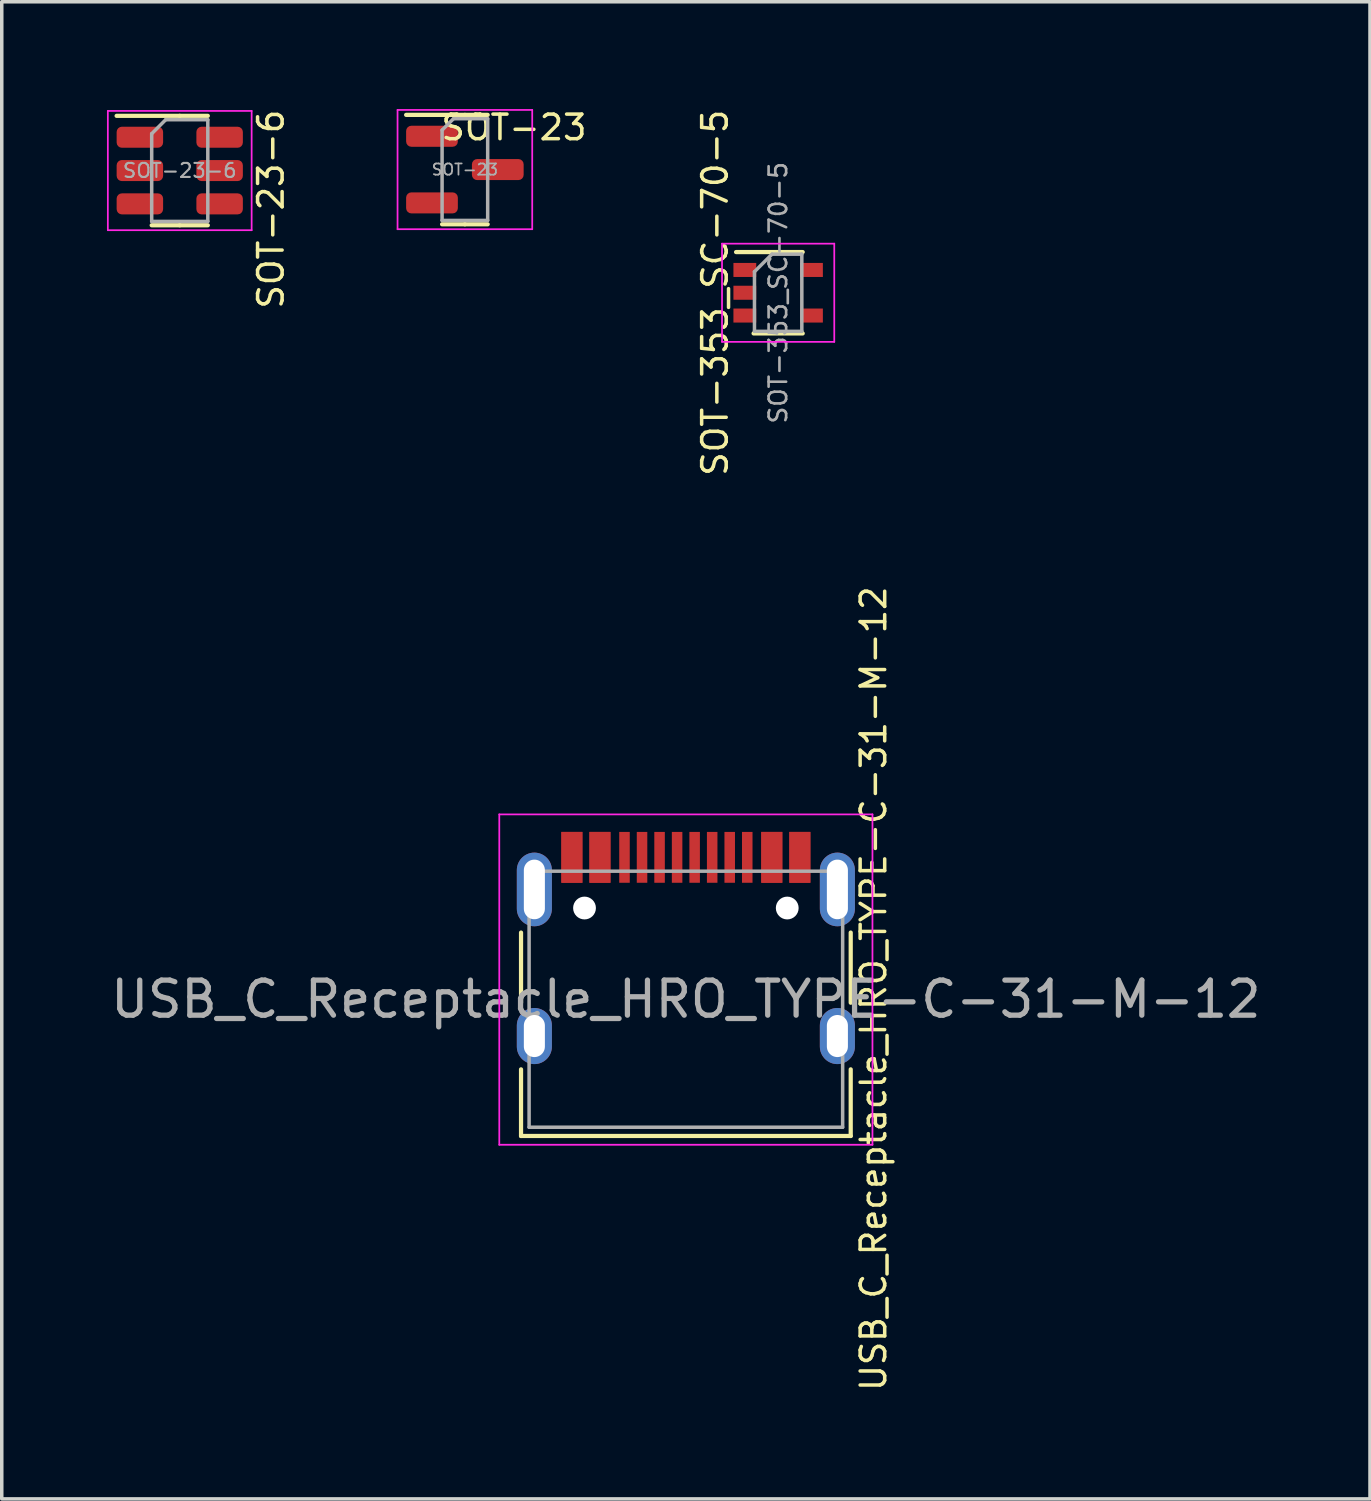
<source format=kicad_pcb>
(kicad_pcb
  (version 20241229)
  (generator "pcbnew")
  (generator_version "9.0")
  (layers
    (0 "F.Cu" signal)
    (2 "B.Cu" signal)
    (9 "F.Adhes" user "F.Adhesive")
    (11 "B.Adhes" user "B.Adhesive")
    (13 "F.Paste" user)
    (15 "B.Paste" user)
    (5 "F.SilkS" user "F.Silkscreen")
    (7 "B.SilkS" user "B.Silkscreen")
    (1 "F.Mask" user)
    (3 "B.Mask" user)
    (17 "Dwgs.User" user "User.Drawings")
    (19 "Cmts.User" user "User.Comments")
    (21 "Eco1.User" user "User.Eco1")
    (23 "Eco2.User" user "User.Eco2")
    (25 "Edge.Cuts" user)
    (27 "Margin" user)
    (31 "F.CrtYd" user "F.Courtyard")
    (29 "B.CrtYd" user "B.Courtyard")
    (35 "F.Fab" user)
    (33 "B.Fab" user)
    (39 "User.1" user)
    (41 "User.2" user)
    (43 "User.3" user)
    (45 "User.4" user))
  (footprint "SOT-23-6"
    (layer "F.Cu")
    (at 2.075 1.813)
    (property "Reference" "SOT-23-6" (at 2.6 1.1 90) (unlocked yes) (layer "F.SilkS") (effects (font (size 0.7 0.7) (thickness 0.1))))
    (attr smd)
    (fp_line (start 0 -1.56) (end -1.8 -1.56) (stroke (width 0.12) (type solid)) (layer "F.SilkS"))
    (fp_line (start 0 -1.56) (end 0.8 -1.56) (stroke (width 0.12) (type solid)) (layer "F.SilkS"))
    (fp_line (start 0 1.56) (end -0.8 1.56) (stroke (width 0.12) (type solid)) (layer "F.SilkS"))
    (fp_line (start 0 1.56) (end 0.8 1.56) (stroke (width 0.12) (type solid)) (layer "F.SilkS"))
    (fp_line (start -2.05 -1.7) (end -2.05 1.7) (stroke (width 0.05) (type solid)) (layer "F.CrtYd"))
    (fp_line (start -2.05 1.7) (end 2.05 1.7) (stroke (width 0.05) (type solid)) (layer "F.CrtYd"))
    (fp_line (start 2.05 -1.7) (end -2.05 -1.7) (stroke (width 0.05) (type solid)) (layer "F.CrtYd"))
    (fp_line (start 2.05 1.7) (end 2.05 -1.7) (stroke (width 0.05) (type solid)) (layer "F.CrtYd"))
    (fp_line (start -0.8 -1.05) (end -0.4 -1.45) (stroke (width 0.1) (type solid)) (layer "F.Fab"))
    (fp_line (start -0.8 1.45) (end -0.8 -1.05) (stroke (width 0.1) (type solid)) (layer "F.Fab"))
    (fp_line (start -0.4 -1.45) (end 0.8 -1.45) (stroke (width 0.1) (type solid)) (layer "F.Fab"))
    (fp_line (start 0.8 -1.45) (end 0.8 1.45) (stroke (width 0.1) (type solid)) (layer "F.Fab"))
    (fp_line (start 0.8 1.45) (end -0.8 1.45) (stroke (width 0.1) (type solid)) (layer "F.Fab"))
    (fp_text user "${REFERENCE}" (at 0 0 0) (layer "F.Fab") (effects (font (size 0.4 0.4) (thickness 0.06))))
    (pad "1" smd roundrect (at -1.137 -0.95) (size 1.325 0.6) (layers "F.Cu" "F.Mask" "F.Paste") (roundrect_rratio 0.25))
    (pad "2" smd roundrect (at -1.137 0) (size 1.325 0.6) (layers "F.Cu" "F.Mask" "F.Paste") (roundrect_rratio 0.25))
    (pad "3" smd roundrect (at -1.137 0.95) (size 1.325 0.6) (layers "F.Cu" "F.Mask" "F.Paste") (roundrect_rratio 0.25))
    (pad "4" smd roundrect (at 1.137 0.95) (size 1.325 0.6) (layers "F.Cu" "F.Mask" "F.Paste") (roundrect_rratio 0.25))
    (pad "5" smd roundrect (at 1.137 0) (size 1.325 0.6) (layers "F.Cu" "F.Mask" "F.Paste") (roundrect_rratio 0.25))
    (pad "6" smd roundrect (at 1.137 -0.95) (size 1.325 0.6) (layers "F.Cu" "F.Mask" "F.Paste") (roundrect_rratio 0.25)))
  (footprint "USB_C_Receptacle_HRO_TYPE-C-31-M-12"
    (layer "F.Cu")
    (at 16.506 25.44)
    (property "Reference" "USB_C_Receptacle_HRO_TYPE-C-31-M-12" (at 5.35 -0.3 90) (unlocked yes) (layer "F.SilkS") (effects (font (size 0.7 0.7) (thickness 0.1))))
    (attr smd)
    (fp_line (start -4.7 -1.9) (end -4.7 0.1) (stroke (width 0.12) (type solid)) (layer "F.SilkS"))
    (fp_line (start -4.7 2) (end -4.7 3.9) (stroke (width 0.12) (type solid)) (layer "F.SilkS"))
    (fp_line (start -4.7 3.9) (end 4.7 3.9) (stroke (width 0.12) (type solid)) (layer "F.SilkS"))
    (fp_line (start 4.7 -1.9) (end 4.7 0.1) (stroke (width 0.12) (type solid)) (layer "F.SilkS"))
    (fp_line (start 4.7 2) (end 4.7 3.9) (stroke (width 0.12) (type solid)) (layer "F.SilkS"))
    (fp_line (start -5.32 -5.27) (end -5.32 4.15) (stroke (width 0.05) (type solid)) (layer "F.CrtYd"))
    (fp_line (start -5.32 -5.27) (end 5.32 -5.27) (stroke (width 0.05) (type solid)) (layer "F.CrtYd"))
    (fp_line (start -5.32 4.15) (end 5.32 4.15) (stroke (width 0.05) (type solid)) (layer "F.CrtYd"))
    (fp_line (start 5.32 -5.27) (end 5.32 4.15) (stroke (width 0.05) (type solid)) (layer "F.CrtYd"))
    (fp_line (start -4.47 -3.65) (end -4.47 3.65) (stroke (width 0.1) (type solid)) (layer "F.Fab"))
    (fp_line (start -4.47 -3.65) (end 4.47 -3.65) (stroke (width 0.1) (type solid)) (layer "F.Fab"))
    (fp_line (start -4.47 3.65) (end 4.47 3.65) (stroke (width 0.1) (type solid)) (layer "F.Fab"))
    (fp_line (start 4.47 -3.65) (end 4.47 3.65) (stroke (width 0.1) (type solid)) (layer "F.Fab"))
    (fp_text user "${REFERENCE}" (at 0 0 0) (layer "F.Fab") (effects (font (size 1 1) (thickness 0.15))))
    (pad "" np_thru_hole circle (at -2.89 -2.6) (size 0.65 0.65) (drill 0.65) (layers "*.Cu" "*.Mask"))
    (pad "" np_thru_hole circle (at 2.89 -2.6) (size 0.65 0.65) (drill 0.65) (layers "*.Cu" "*.Mask"))
    (pad "A1" smd rect (at -3.25 -4.045) (size 0.6 1.45) (layers "F.Cu" "F.Mask" "F.Paste"))
    (pad "A4" smd rect (at -2.45 -4.045) (size 0.6 1.45) (layers "F.Cu" "F.Mask" "F.Paste"))
    (pad "A5" smd rect (at -1.25 -4.045) (size 0.3 1.45) (layers "F.Cu" "F.Mask" "F.Paste"))
    (pad "A6" smd rect (at -0.25 -4.045) (size 0.3 1.45) (layers "F.Cu" "F.Mask" "F.Paste"))
    (pad "A7" smd rect (at 0.25 -4.045) (size 0.3 1.45) (layers "F.Cu" "F.Mask" "F.Paste"))
    (pad "A8" smd rect (at 1.25 -4.045) (size 0.3 1.45) (layers "F.Cu" "F.Mask" "F.Paste"))
    (pad "A9" smd rect (at 2.45 -4.045) (size 0.6 1.45) (layers "F.Cu" "F.Mask" "F.Paste"))
    (pad "A12" smd rect (at 3.25 -4.045) (size 0.6 1.45) (layers "F.Cu" "F.Mask" "F.Paste"))
    (pad "B1" smd rect (at 3.25 -4.045) (size 0.6 1.45) (layers "F.Cu" "F.Mask" "F.Paste"))
    (pad "B4" smd rect (at 2.45 -4.045) (size 0.6 1.45) (layers "F.Cu" "F.Mask" "F.Paste"))
    (pad "B5" smd rect (at 1.75 -4.045) (size 0.3 1.45) (layers "F.Cu" "F.Mask" "F.Paste"))
    (pad "B6" smd rect (at 0.75 -4.045) (size 0.3 1.45) (layers "F.Cu" "F.Mask" "F.Paste"))
    (pad "B7" smd rect (at -0.75 -4.045) (size 0.3 1.45) (layers "F.Cu" "F.Mask" "F.Paste"))
    (pad "B8" smd rect (at -1.75 -4.045) (size 0.3 1.45) (layers "F.Cu" "F.Mask" "F.Paste"))
    (pad "B9" smd rect (at -2.45 -4.045) (size 0.6 1.45) (layers "F.Cu" "F.Mask" "F.Paste"))
    (pad "B12" smd rect (at -3.25 -4.045) (size 0.6 1.45) (layers "F.Cu" "F.Mask" "F.Paste"))
    (pad "S1" thru_hole oval (at -4.32 -3.13) (size 1 2.1) (drill oval 0.6 1.7) (layers "*.Cu" "*.Mask"))
    (pad "S1" thru_hole oval (at -4.32 1.05) (size 1 1.6) (drill oval 0.6 1.2) (layers "*.Cu" "*.Mask"))
    (pad "S1" thru_hole oval (at 4.32 -3.13) (size 1 2.1) (drill oval 0.6 1.7) (layers "*.Cu" "*.Mask"))
    (pad "S1" thru_hole oval (at 4.32 1.05) (size 1 1.6) (drill oval 0.6 1.2) (layers "*.Cu" "*.Mask")))
  (footprint "SOT-23"
    (layer "F.Cu")
    (at 10.205 1.785)
    (property "Reference" "SOT-23" (at 1.4 -1.2 0) (unlocked yes) (layer "F.SilkS") (effects (font (size 0.7 0.7) (thickness 0.1))))
    (attr smd)
    (fp_line (start 0 -1.56) (end -1.675 -1.56) (stroke (width 0.12) (type solid)) (layer "F.SilkS"))
    (fp_line (start 0 -1.56) (end 0.65 -1.56) (stroke (width 0.12) (type solid)) (layer "F.SilkS"))
    (fp_line (start 0 1.56) (end -0.65 1.56) (stroke (width 0.12) (type solid)) (layer "F.SilkS"))
    (fp_line (start 0 1.56) (end 0.65 1.56) (stroke (width 0.12) (type solid)) (layer "F.SilkS"))
    (fp_line (start -1.92 -1.7) (end -1.92 1.7) (stroke (width 0.05) (type solid)) (layer "F.CrtYd"))
    (fp_line (start -1.92 1.7) (end 1.92 1.7) (stroke (width 0.05) (type solid)) (layer "F.CrtYd"))
    (fp_line (start 1.92 -1.7) (end -1.92 -1.7) (stroke (width 0.05) (type solid)) (layer "F.CrtYd"))
    (fp_line (start 1.92 1.7) (end 1.92 -1.7) (stroke (width 0.05) (type solid)) (layer "F.CrtYd"))
    (fp_line (start -0.65 -1.125) (end -0.325 -1.45) (stroke (width 0.1) (type solid)) (layer "F.Fab"))
    (fp_line (start -0.65 1.45) (end -0.65 -1.125) (stroke (width 0.1) (type solid)) (layer "F.Fab"))
    (fp_line (start -0.325 -1.45) (end 0.65 -1.45) (stroke (width 0.1) (type solid)) (layer "F.Fab"))
    (fp_line (start 0.65 -1.45) (end 0.65 1.45) (stroke (width 0.1) (type solid)) (layer "F.Fab"))
    (fp_line (start 0.65 1.45) (end -0.65 1.45) (stroke (width 0.1) (type solid)) (layer "F.Fab"))
    (fp_text user "${REFERENCE}" (at 0 0 0) (layer "F.Fab") (effects (font (size 0.32 0.32) (thickness 0.05))))
    (pad "1" smd roundrect (at -0.938 -0.95) (size 1.475 0.6) (layers "F.Cu" "F.Mask" "F.Paste") (roundrect_rratio 0.25))
    (pad "2" smd roundrect (at -0.938 0.95) (size 1.475 0.6) (layers "F.Cu" "F.Mask" "F.Paste") (roundrect_rratio 0.25))
    (pad "3" smd roundrect (at 0.938 0) (size 1.475 0.6) (layers "F.Cu" "F.Mask" "F.Paste") (roundrect_rratio 0.25)))
  (footprint "SOT-353_SC-70-5"
    (layer "F.Cu")
    (at 19.137 5.297)
    (property "Reference" "SOT-353_SC-70-5" (at -1.8 0 90) (unlocked yes) (layer "F.SilkS") (effects (font (size 0.7 0.7) (thickness 0.1))))
    (attr smd)
    (fp_line (start -0.7 1.16) (end 0.7 1.16) (stroke (width 0.12) (type solid)) (layer "F.SilkS"))
    (fp_line (start 0.7 -1.16) (end -1.2 -1.16) (stroke (width 0.12) (type solid)) (layer "F.SilkS"))
    (fp_line (start -1.6 -1.4) (end -1.6 1.4) (stroke (width 0.05) (type solid)) (layer "F.CrtYd"))
    (fp_line (start -1.6 -1.4) (end 1.6 -1.4) (stroke (width 0.05) (type solid)) (layer "F.CrtYd"))
    (fp_line (start -1.6 1.4) (end 1.6 1.4) (stroke (width 0.05) (type solid)) (layer "F.CrtYd"))
    (fp_line (start 1.6 1.4) (end 1.6 -1.4) (stroke (width 0.05) (type solid)) (layer "F.CrtYd"))
    (fp_line (start -0.675 -0.6) (end -0.675 1.1) (stroke (width 0.1) (type solid)) (layer "F.Fab"))
    (fp_line (start -0.175 -1.1) (end -0.675 -0.6) (stroke (width 0.1) (type solid)) (layer "F.Fab"))
    (fp_line (start 0.675 -1.1) (end -0.175 -1.1) (stroke (width 0.1) (type solid)) (layer "F.Fab"))
    (fp_line (start 0.675 -1.1) (end 0.675 1.1) (stroke (width 0.1) (type solid)) (layer "F.Fab"))
    (fp_line (start 0.675 1.1) (end -0.675 1.1) (stroke (width 0.1) (type solid)) (layer "F.Fab"))
    (fp_text user "${REFERENCE}" (at 0 0 90) (layer "F.Fab") (effects (font (size 0.5 0.5) (thickness 0.075))))
    (pad "1" smd rect (at -0.95 -0.65) (size 0.65 0.4) (layers "F.Cu" "F.Mask" "F.Paste"))
    (pad "2" smd rect (at -0.95 0) (size 0.65 0.4) (layers "F.Cu" "F.Mask" "F.Paste"))
    (pad "3" smd rect (at -0.95 0.65) (size 0.65 0.4) (layers "F.Cu" "F.Mask" "F.Paste"))
    (pad "4" smd rect (at 0.95 0.65) (size 0.65 0.4) (layers "F.Cu" "F.Mask" "F.Paste"))
    (pad "5" smd rect (at 0.95 -0.65) (size 0.65 0.4) (layers "F.Cu" "F.Mask" "F.Paste")))
  (gr_rect
    (start -3 -3)
    (end 36.012 39.687)
    (stroke (width 0.1) (type default))
    (fill no)
    (layer "Edge.Cuts")))
</source>
